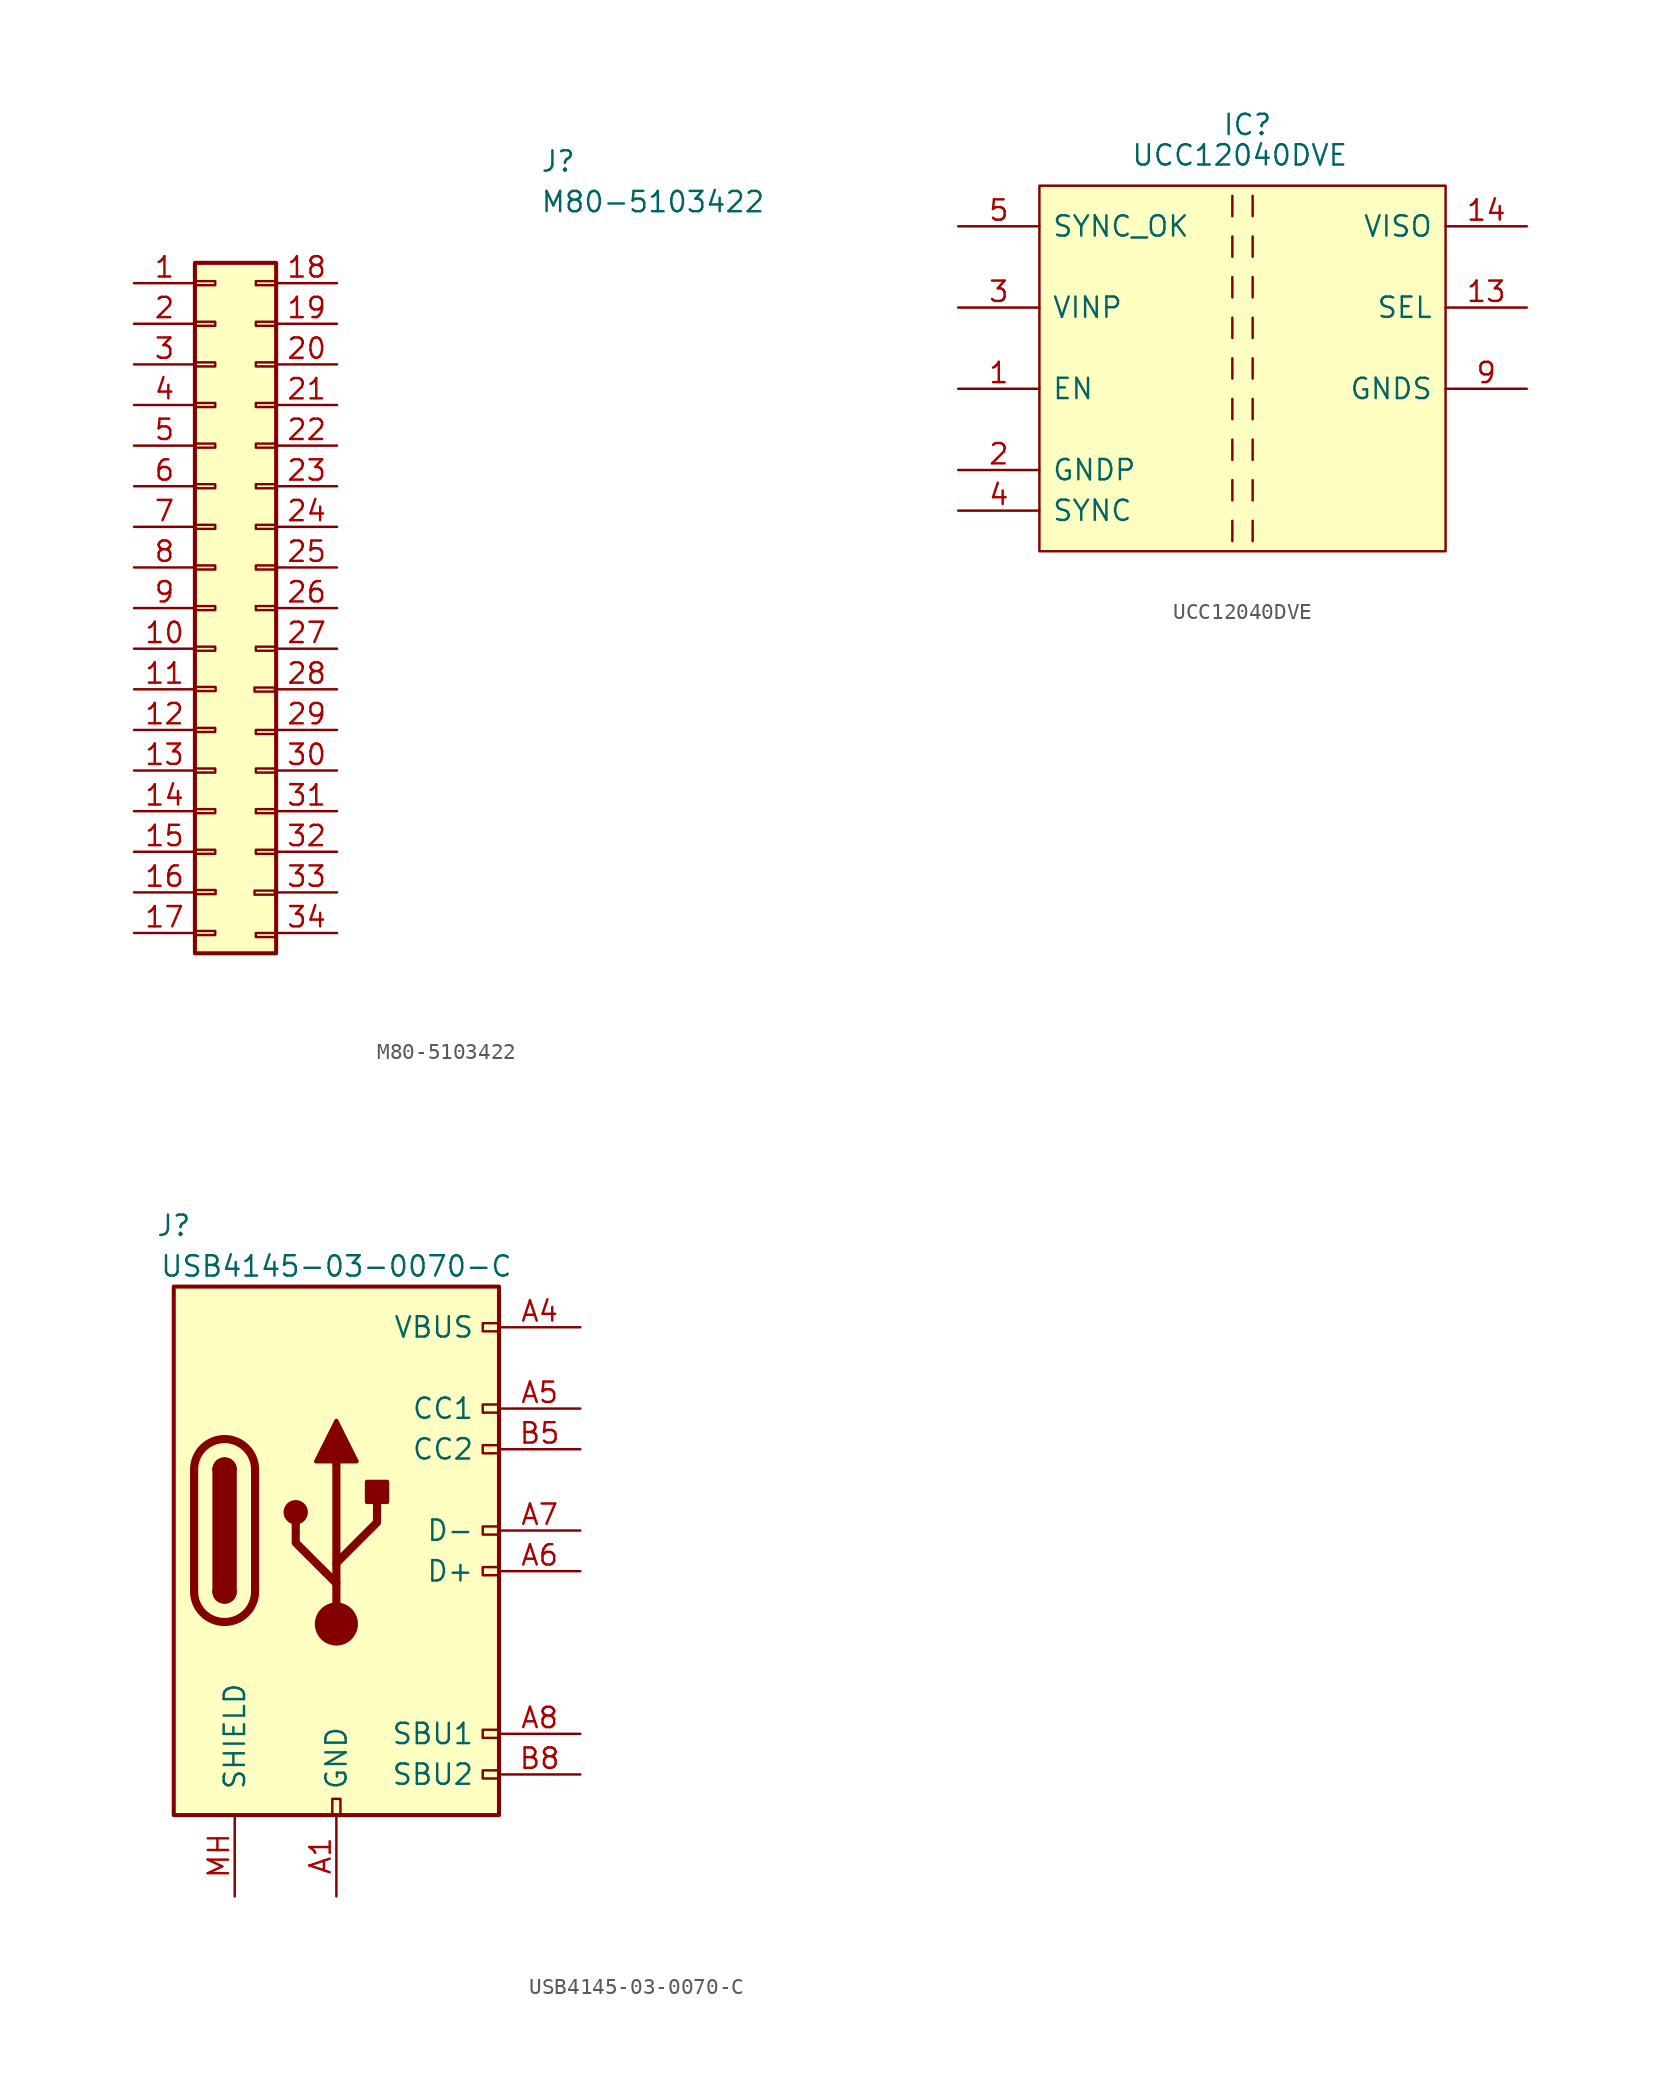
<source format=kicad_sym>
(kicad_symbol_lib
  (version 20220914)
  (generator kicad_symbol_editor)
  (symbol "M80-5103422"
    (pin_names
      (offset 0.762))
    (property "Reference" "J"
      (at 19.05 7.62 0)
      (effects (font (size 1.27 1.27)) (justify left)))
    (property "Value" "M80-5103422"
      (at 19.05 5.08 0)
      (effects (font (size 1.27 1.27)) (justify left)))
    (symbol "M80-5103422_1_1"
      (rectangle (start -2.54 -40.513) (end -1.27 -40.767) (stroke (width 0.152) (type default)) (fill (type none)))
      (rectangle (start -2.54 -35.433) (end -1.27 -35.687) (stroke (width 0.152) (type default)) (fill (type none)))
      (rectangle (start -2.54 -32.893) (end -1.27 -33.147) (stroke (width 0.152) (type default)) (fill (type none)))
      (rectangle (start -2.54 -30.353) (end -1.27 -30.607) (stroke (width 0.152) (type default)) (fill (type none)))
      (rectangle (start -2.54 -27.813) (end -1.27 -28.067) (stroke (width 0.152) (type default)) (fill (type none)))
      (rectangle (start -2.54 -22.733) (end -1.27 -22.987) (stroke (width 0.152) (type default)) (fill (type none)))
      (rectangle (start -2.54 -20.193) (end -1.27 -20.447) (stroke (width 0.152) (type default)) (fill (type none)))
      (rectangle (start -2.54 -17.653) (end -1.27 -17.907) (stroke (width 0.152) (type default)) (fill (type none)))
      (rectangle (start -2.54 -15.113) (end -1.27 -15.367) (stroke (width 0.152) (type default)) (fill (type none)))
      (rectangle (start -2.54 -12.573) (end -1.27 -12.827) (stroke (width 0.152) (type default)) (fill (type none)))
      (rectangle (start -2.54 -10.033) (end -1.27 -10.287) (stroke (width 0.152) (type default)) (fill (type none)))
      (rectangle (start -2.54 -7.493) (end -1.27 -7.747) (stroke (width 0.152) (type default)) (fill (type none)))
      (rectangle (start -2.54 -4.953) (end -1.27 -5.207) (stroke (width 0.152) (type default)) (fill (type none)))
      (rectangle (start -2.54 -2.413) (end -1.27 -2.667) (stroke (width 0.152) (type default)) (fill (type none)))
      (rectangle (start -2.54 0.127) (end -1.27 -0.127) (stroke (width 0.152) (type default)) (fill (type none)))
      (rectangle (start -2.54 1.27) (end 2.54 -41.91) (stroke (width 0.254) (type default)) (fill (type background)))
      (rectangle (start -2.517 -37.953) (end -1.247 -38.207) (stroke (width 0.152) (type default)) (fill (type none)))
      (rectangle (start -2.517 -25.253) (end -1.247 -25.507) (stroke (width 0.152) (type default)) (fill (type none)))
      (rectangle (start 1.186 -37.989) (end 2.456 -38.243) (stroke (width 0.152) (type default)) (fill (type none)))
      (rectangle (start 1.186 -25.289) (end 2.456 -25.543) (stroke (width 0.152) (type default)) (fill (type none)))
      (rectangle (start 1.27 -40.64) (end 2.54 -40.894) (stroke (width 0.152) (type default)) (fill (type none)))
      (rectangle (start 1.27 -35.433) (end 2.54 -35.687) (stroke (width 0.152) (type default)) (fill (type none)))
      (rectangle (start 1.27 -27.94) (end 2.54 -28.194) (stroke (width 0.152) (type default)) (fill (type none)))
      (rectangle (start 1.27 -22.733) (end 2.54 -22.987) (stroke (width 0.152) (type default)) (fill (type none)))
      (rectangle (start 2.54 -32.893) (end 1.27 -33.147) (stroke (width 0.152) (type default)) (fill (type none)))
      (rectangle (start 2.54 -30.353) (end 1.27 -30.607) (stroke (width 0.152) (type default)) (fill (type none)))
      (rectangle (start 2.54 -20.193) (end 1.27 -20.447) (stroke (width 0.152) (type default)) (fill (type none)))
      (rectangle (start 2.54 -17.653) (end 1.27 -17.907) (stroke (width 0.152) (type default)) (fill (type none)))
      (rectangle (start 2.54 -15.113) (end 1.27 -15.367) (stroke (width 0.152) (type default)) (fill (type none)))
      (rectangle (start 2.54 -12.573) (end 1.27 -12.827) (stroke (width 0.152) (type default)) (fill (type none)))
      (rectangle (start 2.54 -10.033) (end 1.27 -10.287) (stroke (width 0.152) (type default)) (fill (type none)))
      (rectangle (start 2.54 -7.493) (end 1.27 -7.747) (stroke (width 0.152) (type default)) (fill (type none)))
      (rectangle (start 2.54 -4.953) (end 1.27 -5.207) (stroke (width 0.152) (type default)) (fill (type none)))
      (rectangle (start 2.54 -2.413) (end 1.27 -2.667) (stroke (width 0.152) (type default)) (fill (type none)))
      (rectangle (start 2.54 0.127) (end 1.27 -0.127) (stroke (width 0.152) (type default)) (fill (type none)))
      (pin passive line (at -6.35 0 0) (length 3.81) (name "" (effects (font (size 1.27 1.27)))) (number "1" (effects (font (size 1.27 1.27)))))
      (pin passive line (at -6.35 -22.86 0) (length 3.81) (name "" (effects (font (size 1.27 1.27)))) (number "10" (effects (font (size 1.27 1.27)))))
      (pin passive line (at -6.35 -25.4 0) (length 3.81) (name "" (effects (font (size 1.27 1.27)))) (number "11" (effects (font (size 1.27 1.27)))))
      (pin passive line (at -6.35 -27.94 0) (length 3.81) (name "" (effects (font (size 1.27 1.27)))) (number "12" (effects (font (size 1.27 1.27)))))
      (pin passive line (at -6.35 -30.48 0) (length 3.81) (name "" (effects (font (size 1.27 1.27)))) (number "13" (effects (font (size 1.27 1.27)))))
      (pin passive line (at -6.35 -33.02 0) (length 3.81) (name "" (effects (font (size 1.27 1.27)))) (number "14" (effects (font (size 1.27 1.27)))))
      (pin passive line (at -6.35 -35.56 0) (length 3.81) (name "" (effects (font (size 1.27 1.27)))) (number "15" (effects (font (size 1.27 1.27)))))
      (pin passive line (at -6.35 -38.1 0) (length 3.81) (name "" (effects (font (size 1.27 1.27)))) (number "16" (effects (font (size 1.27 1.27)))))
      (pin passive line (at -6.35 -40.64 0) (length 3.81) (name "" (effects (font (size 1.27 1.27)))) (number "17" (effects (font (size 1.27 1.27)))))
      (pin passive line (at 6.35 0 180) (length 3.81) (name "" (effects (font (size 1.27 1.27)))) (number "18" (effects (font (size 1.27 1.27)))))
      (pin passive line (at 6.35 -2.54 180) (length 3.81) (name "" (effects (font (size 1.27 1.27)))) (number "19" (effects (font (size 1.27 1.27)))))
      (pin passive line (at -6.35 -2.54 0) (length 3.81) (name "" (effects (font (size 1.27 1.27)))) (number "2" (effects (font (size 1.27 1.27)))))
      (pin passive line (at 6.35 -5.08 180) (length 3.81) (name "" (effects (font (size 1.27 1.27)))) (number "20" (effects (font (size 1.27 1.27)))))
      (pin passive line (at 6.35 -7.62 180) (length 3.81) (name "" (effects (font (size 1.27 1.27)))) (number "21" (effects (font (size 1.27 1.27)))))
      (pin passive line (at 6.35 -10.16 180) (length 3.81) (name "" (effects (font (size 1.27 1.27)))) (number "22" (effects (font (size 1.27 1.27)))))
      (pin passive line (at 6.35 -12.7 180) (length 3.81) (name "" (effects (font (size 1.27 1.27)))) (number "23" (effects (font (size 1.27 1.27)))))
      (pin passive line (at 6.35 -15.24 180) (length 3.81) (name "" (effects (font (size 1.27 1.27)))) (number "24" (effects (font (size 1.27 1.27)))))
      (pin passive line (at 6.35 -17.78 180) (length 3.81) (name "" (effects (font (size 1.27 1.27)))) (number "25" (effects (font (size 1.27 1.27)))))
      (pin passive line (at 6.35 -20.32 180) (length 3.81) (name "" (effects (font (size 1.27 1.27)))) (number "26" (effects (font (size 1.27 1.27)))))
      (pin passive line (at 6.35 -22.86 180) (length 3.81) (name "" (effects (font (size 1.27 1.27)))) (number "27" (effects (font (size 1.27 1.27)))))
      (pin passive line (at 6.35 -25.4 180) (length 3.81) (name "" (effects (font (size 1.27 1.27)))) (number "28" (effects (font (size 1.27 1.27)))))
      (pin passive line (at 6.35 -27.94 180) (length 3.81) (name "" (effects (font (size 1.27 1.27)))) (number "29" (effects (font (size 1.27 1.27)))))
      (pin passive line (at -6.35 -5.08 0) (length 3.81) (name "" (effects (font (size 1.27 1.27)))) (number "3" (effects (font (size 1.27 1.27)))))
      (pin passive line (at 6.35 -30.48 180) (length 3.81) (name "" (effects (font (size 1.27 1.27)))) (number "30" (effects (font (size 1.27 1.27)))))
      (pin passive line (at 6.35 -33.02 180) (length 3.81) (name "" (effects (font (size 1.27 1.27)))) (number "31" (effects (font (size 1.27 1.27)))))
      (pin passive line (at 6.35 -35.56 180) (length 3.81) (name "" (effects (font (size 1.27 1.27)))) (number "32" (effects (font (size 1.27 1.27)))))
      (pin passive line (at 6.35 -38.1 180) (length 3.81) (name "" (effects (font (size 1.27 1.27)))) (number "33" (effects (font (size 1.27 1.27)))))
      (pin passive line (at 6.35 -40.64 180) (length 3.81) (name "" (effects (font (size 1.27 1.27)))) (number "34" (effects (font (size 1.27 1.27)))))
      (pin passive line (at -6.35 -7.62 0) (length 3.81) (name "" (effects (font (size 1.27 1.27)))) (number "4" (effects (font (size 1.27 1.27)))))
      (pin passive line (at -6.35 -10.16 0) (length 3.81) (name "" (effects (font (size 1.27 1.27)))) (number "5" (effects (font (size 1.27 1.27)))))
      (pin passive line (at -6.35 -12.7 0) (length 3.81) (name "" (effects (font (size 1.27 1.27)))) (number "6" (effects (font (size 1.27 1.27)))))
      (pin passive line (at -6.35 -15.24 0) (length 3.81) (name "" (effects (font (size 1.27 1.27)))) (number "7" (effects (font (size 1.27 1.27)))))
      (pin passive line (at -6.35 -17.78 0) (length 3.81) (name "" (effects (font (size 1.27 1.27)))) (number "8" (effects (font (size 1.27 1.27)))))
      (pin passive line (at -6.35 -20.32 0) (length 3.81) (name "" (effects (font (size 1.27 1.27)))) (number "9" (effects (font (size 1.27 1.27)))))))
  (symbol "UCC12040DVE"
    (pin_names
      (offset 0.762))
    (property "Reference" "IC"
      (at -1.27 15.24 0)
      (effects (font (size 1.27 1.27)) (justify left)))
    (property "Value" "UCC12040DVE"
      (at -6.985 13.335 0)
      (effects (font (size 1.27 1.27)) (justify left)))
    (symbol "UCC12040DVE_0_0"
      (pin passive line (at -17.78 -1.27 0) (length 5.08) (name "EN" (effects (font (size 1.27 1.27)))) (number "1" (effects (font (size 1.27 1.27)))))
      (pin passive line (at 17.78 3.81 180) (length 5.08) (name "SEL" (effects (font (size 1.27 1.27)))) (number "13" (effects (font (size 1.27 1.27)))))
      (pin passive line (at 17.78 8.89 180) (length 5.08) (name "VISO" (effects (font (size 1.27 1.27)))) (number "14" (effects (font (size 1.27 1.27)))))
      (pin passive line (at -17.78 -6.35 0) (length 5.08) (name "GNDP" (effects (font (size 1.27 1.27)))) (number "2" (effects (font (size 1.27 1.27)))))
      (pin passive line (at -17.78 3.81 0) (length 5.08) (name "VINP" (effects (font (size 1.27 1.27)))) (number "3" (effects (font (size 1.27 1.27)))))
      (pin passive line (at -17.78 -8.89 0) (length 5.08) (name "SYNC" (effects (font (size 1.27 1.27)))) (number "4" (effects (font (size 1.27 1.27)))))
      (pin passive line (at -17.78 8.89 0) (length 5.08) (name "SYNC_OK" (effects (font (size 1.27 1.27)))) (number "5" (effects (font (size 1.27 1.27))))))
    (symbol "UCC12040DVE_0_1"
      (polyline (pts (xy -0.635 -4.445) (xy -0.635 -5.715)) (stroke (width 0) (type default)) (fill (type none)))
      (polyline (pts (xy -0.635 10.795) (xy -0.635 9.525)) (stroke (width 0) (type default)) (fill (type none))))
    (symbol "UCC12040DVE_1_0"
      (pin passive line (at 17.78 -1.27 180) (length 5.08) hide (name "NCS" (effects (font (size 1.27 1.27)))) (number "10" (effects (font (size 1.27 1.27)))))
      (pin passive line (at 17.78 -1.27 180) (length 5.08) hide (name "NCS" (effects (font (size 1.27 1.27)))) (number "11" (effects (font (size 1.27 1.27)))))
      (pin passive line (at 17.78 -1.27 180) (length 5.08) hide (name "NCS" (effects (font (size 1.27 1.27)))) (number "12" (effects (font (size 1.27 1.27)))))
      (pin passive line (at 17.78 -1.27 180) (length 5.08) hide (name "GNDS" (effects (font (size 1.27 1.27)))) (number "15" (effects (font (size 1.27 1.27)))))
      (pin passive line (at 17.78 -1.27 180) (length 5.08) hide (name "GNDS" (effects (font (size 1.27 1.27)))) (number "16" (effects (font (size 1.27 1.27)))))
      (pin passive line (at -17.78 -6.35 0) (length 5.08) hide (name "NC" (effects (font (size 1.27 1.27)))) (number "6" (effects (font (size 1.27 1.27)))))
      (pin passive line (at -17.78 -6.35 0) (length 5.08) hide (name "NC" (effects (font (size 1.27 1.27)))) (number "7" (effects (font (size 1.27 1.27)))))
      (pin passive line (at -17.78 -6.35 0) (length 5.08) hide (name "NC" (effects (font (size 1.27 1.27)))) (number "8" (effects (font (size 1.27 1.27)))))
      (pin passive line (at 17.78 -1.27 180) (length 5.08) (name "GNDS" (effects (font (size 1.27 1.27)))) (number "9" (effects (font (size 1.27 1.27))))))
    (symbol "UCC12040DVE_1_1"
      (polyline (pts (xy -0.635 -9.525) (xy -0.635 -10.795)) (stroke (width 0) (type default)) (fill (type none)))
      (polyline (pts (xy -0.635 -6.985) (xy -0.635 -8.255)) (stroke (width 0) (type default)) (fill (type none)))
      (polyline (pts (xy -0.635 -1.905) (xy -0.635 -3.175)) (stroke (width 0) (type default)) (fill (type none)))
      (polyline (pts (xy -0.635 0.635) (xy -0.635 -0.635)) (stroke (width 0) (type default)) (fill (type none)))
      (polyline (pts (xy -0.635 3.175) (xy -0.635 1.905)) (stroke (width 0) (type default)) (fill (type none)))
      (polyline (pts (xy -0.635 5.715) (xy -0.635 4.445)) (stroke (width 0) (type default)) (fill (type none)))
      (polyline (pts (xy -0.635 8.255) (xy -0.635 6.985)) (stroke (width 0) (type default)) (fill (type none)))
      (polyline (pts (xy 0.635 -9.525) (xy 0.635 -10.795)) (stroke (width 0) (type default)) (fill (type none)))
      (polyline (pts (xy 0.635 -6.985) (xy 0.635 -8.255)) (stroke (width 0) (type default)) (fill (type none)))
      (polyline (pts (xy 0.635 -4.445) (xy 0.635 -5.715)) (stroke (width 0) (type default)) (fill (type none)))
      (polyline (pts (xy 0.635 -1.905) (xy 0.635 -3.175)) (stroke (width 0) (type default)) (fill (type none)))
      (polyline (pts (xy 0.635 0.635) (xy 0.635 -0.635)) (stroke (width 0) (type default)) (fill (type none)))
      (polyline (pts (xy 0.635 3.175) (xy 0.635 1.905)) (stroke (width 0) (type default)) (fill (type none)))
      (polyline (pts (xy 0.635 5.715) (xy 0.635 4.445)) (stroke (width 0) (type default)) (fill (type none)))
      (polyline (pts (xy 0.635 8.255) (xy 0.635 6.985)) (stroke (width 0) (type default)) (fill (type none)))
      (polyline (pts (xy 0.635 10.795) (xy 0.635 9.525)) (stroke (width 0) (type default)) (fill (type none)))
      (polyline (pts (xy -12.7 11.43) (xy 12.7 11.43) (xy 12.7 -11.43) (xy -12.7 -11.43) (xy -12.7 11.43)) (stroke (width 0.152) (type solid)) (fill (type background)))))
  (symbol "USB4145-03-0070-C"
    (pin_names
      (offset 1.524))
    (property "Reference" "J"
      (at -10.16 19.05 0)
      (effects (font (size 1.27 1.27))))
    (property "Value" "USB4145-03-0070-C"
      (at 0 16.51 0)
      (effects (font (size 1.27 1.27))))
    (symbol "USB4145-03-0070-C_0_0"
      (rectangle (start -0.254 -16.764) (end 0.254 -17.78) (stroke (width 0) (type default)) (fill (type none)))
      (rectangle (start 10.16 -14.986) (end 9.144 -15.494) (stroke (width 0) (type default)) (fill (type none)))
      (rectangle (start 10.16 -12.446) (end 9.144 -12.954) (stroke (width 0) (type default)) (fill (type none)))
      (rectangle (start 10.16 -2.286) (end 9.144 -2.794) (stroke (width 0) (type default)) (fill (type none)))
      (rectangle (start 10.16 0.254) (end 9.144 -0.254) (stroke (width 0) (type default)) (fill (type none)))
      (rectangle (start 10.16 5.334) (end 9.144 4.826) (stroke (width 0) (type default)) (fill (type none)))
      (rectangle (start 10.16 7.874) (end 9.144 7.366) (stroke (width 0) (type default)) (fill (type none)))
      (rectangle (start 10.16 12.954) (end 9.144 12.446) (stroke (width 0) (type default)) (fill (type none)))
      (text "" (at 38.1 6.35 0) (effects (font (size 1.27 1.27))))
      (text "" (at 45.72 6.35 0) (effects (font (size 1.27 1.27))))
      (text "" (at 48.26 3.81 0) (effects (font (size 1.27 1.27)))))
    (symbol "USB4145-03-0070-C_0_1"
      (rectangle (start -10.16 15.24) (end 10.16 -17.78) (stroke (width 0.254) (type default)) (fill (type background)))
      (arc (start -8.89 -3.81) (mid -6.985 -5.7067) (end -5.08 -3.81) (stroke (width 0.508) (type default)) (fill (type none)))
      (arc (start -7.62 -3.81) (mid -6.985 -4.4423) (end -6.35 -3.81) (stroke (width 0.254) (type default)) (fill (type none)))
      (arc (start -7.62 -3.81) (mid -6.985 -4.4423) (end -6.35 -3.81) (stroke (width 0.254) (type default)) (fill (type outline)))
      (rectangle (start -7.62 -3.81) (end -6.35 3.81) (stroke (width 0.254) (type default)) (fill (type outline)))
      (arc (start -6.35 3.81) (mid -6.985 4.4423) (end -7.62 3.81) (stroke (width 0.254) (type default)) (fill (type none)))
      (arc (start -6.35 3.81) (mid -6.985 4.4423) (end -7.62 3.81) (stroke (width 0.254) (type default)) (fill (type outline)))
      (arc (start -5.08 3.81) (mid -6.985 5.7067) (end -8.89 3.81) (stroke (width 0.508) (type default)) (fill (type none)))
      (circle (center -2.54 1.143) (radius 0.635) (stroke (width 0.254) (type default)) (fill (type outline)))
      (circle (center 0 -5.842) (radius 1.27) (stroke (width 0) (type default)) (fill (type outline)))
      (polyline (pts (xy -8.89 -3.81) (xy -8.89 3.81)) (stroke (width 0.508) (type default)) (fill (type none)))
      (polyline (pts (xy -5.08 3.81) (xy -5.08 -3.81)) (stroke (width 0.508) (type default)) (fill (type none)))
      (polyline (pts (xy 0 -5.842) (xy 0 4.318)) (stroke (width 0.508) (type default)) (fill (type none)))
      (polyline (pts (xy 0 -3.302) (xy -2.54 -0.762) (xy -2.54 0.508)) (stroke (width 0.508) (type default)) (fill (type none)))
      (polyline (pts (xy 0 -2.032) (xy 2.54 0.508) (xy 2.54 1.778)) (stroke (width 0.508) (type default)) (fill (type none)))
      (polyline (pts (xy -1.27 4.318) (xy 0 6.858) (xy 1.27 4.318) (xy -1.27 4.318)) (stroke (width 0.254) (type default)) (fill (type outline)))
      (rectangle (start 1.905 1.778) (end 3.175 3.048) (stroke (width 0.254) (type default)) (fill (type outline))))
    (symbol "USB4145-03-0070-C_1_0"
      (pin passive line (at -6.35 -22.86 90) (length 5.08) (name "SHIELD" (effects (font (size 1.27 1.27)))) (number "MH" (effects (font (size 1.27 1.27))))))
    (symbol "USB4145-03-0070-C_1_1"
      (pin passive line (at 0 -22.86 90) (length 5.08) (name "GND" (effects (font (size 1.27 1.27)))) (number "A1" (effects (font (size 1.27 1.27)))))
      (pin passive line (at 0 -22.86 90) (length 5.08) hide (name "GND" (effects (font (size 1.27 1.27)))) (number "A12" (effects (font (size 1.27 1.27)))))
      (pin passive line (at 15.24 12.7 180) (length 5.08) (name "VBUS" (effects (font (size 1.27 1.27)))) (number "A4" (effects (font (size 1.27 1.27)))))
      (pin bidirectional line (at 15.24 7.62 180) (length 5.08) (name "CC1" (effects (font (size 1.27 1.27)))) (number "A5" (effects (font (size 1.27 1.27)))))
      (pin bidirectional line (at 15.24 -2.54 180) (length 5.08) (name "D+" (effects (font (size 1.27 1.27)))) (number "A6" (effects (font (size 1.27 1.27)))))
      (pin bidirectional line (at 15.24 0 180) (length 5.08) (name "D-" (effects (font (size 1.27 1.27)))) (number "A7" (effects (font (size 1.27 1.27)))))
      (pin bidirectional line (at 15.24 -12.7 180) (length 5.08) (name "SBU1" (effects (font (size 1.27 1.27)))) (number "A8" (effects (font (size 1.27 1.27)))))
      (pin passive line (at 15.24 12.7 180) (length 5.08) hide (name "VBUS" (effects (font (size 1.27 1.27)))) (number "A9" (effects (font (size 1.27 1.27)))))
      (pin passive line (at 0 -22.86 90) (length 5.08) hide (name "GND" (effects (font (size 1.27 1.27)))) (number "B1" (effects (font (size 1.27 1.27)))))
      (pin passive line (at 0 -22.86 90) (length 5.08) hide (name "GND" (effects (font (size 1.27 1.27)))) (number "B12" (effects (font (size 1.27 1.27)))))
      (pin passive line (at 15.24 12.7 180) (length 5.08) hide (name "VBUS" (effects (font (size 1.27 1.27)))) (number "B4" (effects (font (size 1.27 1.27)))))
      (pin bidirectional line (at 15.24 5.08 180) (length 5.08) (name "CC2" (effects (font (size 1.27 1.27)))) (number "B5" (effects (font (size 1.27 1.27)))))
      (pin bidirectional line (at 15.24 -2.54 180) (length 5.08) hide (name "D+" (effects (font (size 1.27 1.27)))) (number "B6" (effects (font (size 1.27 1.27)))))
      (pin bidirectional line (at 15.24 0 180) (length 5.08) hide (name "D-" (effects (font (size 1.27 1.27)))) (number "B7" (effects (font (size 1.27 1.27)))))
      (pin bidirectional line (at 15.24 -15.24 180) (length 5.08) (name "SBU2" (effects (font (size 1.27 1.27)))) (number "B8" (effects (font (size 1.27 1.27)))))
      (pin passive line (at 15.24 12.7 180) (length 5.08) hide (name "VBUS" (effects (font (size 1.27 1.27)))) (number "B9" (effects (font (size 1.27 1.27))))))))
</source>
